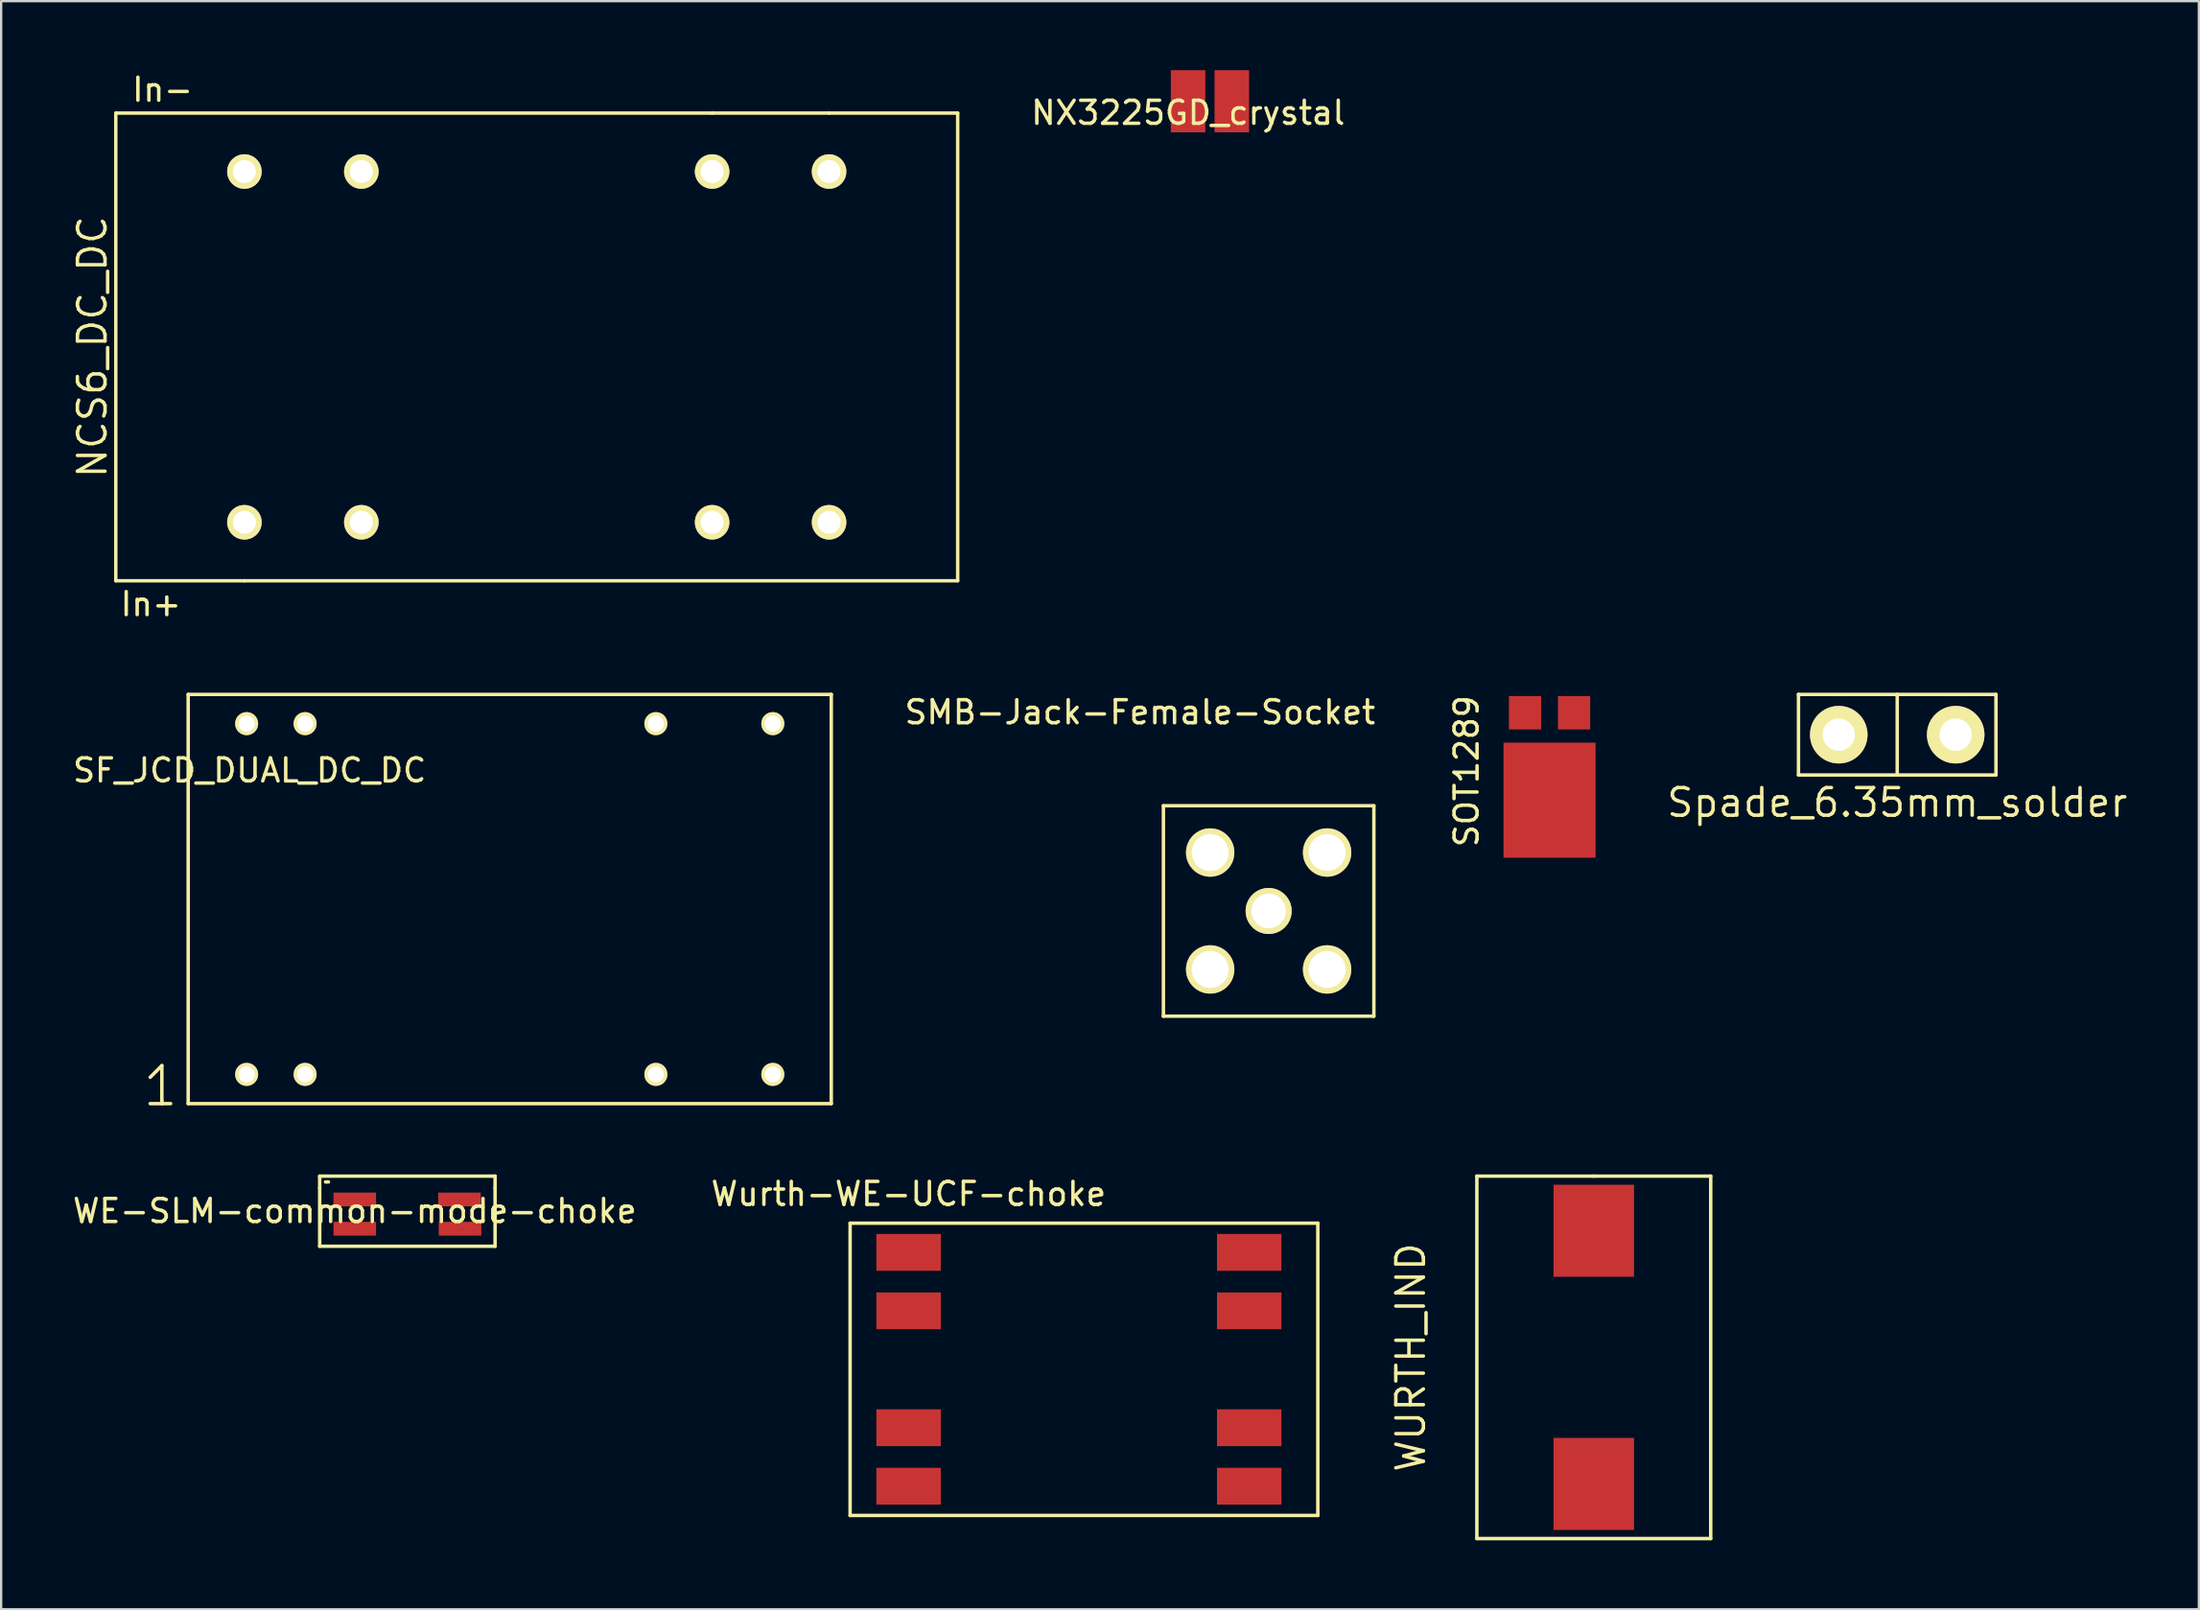
<source format=kicad_pcb>
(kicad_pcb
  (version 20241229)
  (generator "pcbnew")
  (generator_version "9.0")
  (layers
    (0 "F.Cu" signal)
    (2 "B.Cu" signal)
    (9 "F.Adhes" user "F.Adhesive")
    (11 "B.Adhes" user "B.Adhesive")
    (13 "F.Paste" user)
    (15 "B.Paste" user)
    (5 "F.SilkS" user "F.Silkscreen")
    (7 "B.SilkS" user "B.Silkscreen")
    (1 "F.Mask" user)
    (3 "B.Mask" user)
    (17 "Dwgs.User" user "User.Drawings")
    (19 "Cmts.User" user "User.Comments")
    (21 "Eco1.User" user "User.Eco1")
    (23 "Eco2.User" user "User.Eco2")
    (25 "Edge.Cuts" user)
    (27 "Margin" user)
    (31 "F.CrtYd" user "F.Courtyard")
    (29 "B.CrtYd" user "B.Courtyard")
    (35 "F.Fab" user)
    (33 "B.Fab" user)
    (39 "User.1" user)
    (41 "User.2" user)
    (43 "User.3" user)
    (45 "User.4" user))
  (footprint "NX3225GD_crystal"
    (layer "F.Cu")
    (at 48.567 1.35)
    (property "Reference" "NX3225GD_crystal" (at 0 0.5 0) (layer "F.SilkS") (effects (font (size 1 1) (thickness 0.15))))
    (attr through_hole)
    (pad "1" smd rect (at 0 0) (size 1.5 2.7) (layers "F.Cu" "F.Mask" "F.Paste"))
    (pad "2" smd rect (at 1.9 0) (size 1.5 2.7) (layers "F.Cu" "F.Mask" "F.Paste")))
  (footprint "Wurth-WE-UCF-choke"
    (layer "F.Cu")
    (at 36.423 51.367)
    (property "Reference" "Wurth-WE-UCF-choke" (at 0 -2.54 0) (layer "F.SilkS") (effects (font (size 1 1) (thickness 0.15))))
    (attr through_hole)
    (fp_line (start -2.54 -1.27) (end 17.78 -1.27) (stroke (width 0.15) (type solid)) (layer "F.SilkS"))
    (fp_line (start -2.54 11.43) (end -2.54 -1.27) (stroke (width 0.15) (type solid)) (layer "F.SilkS"))
    (fp_line (start 17.78 -1.27) (end 17.78 11.43) (stroke (width 0.15) (type solid)) (layer "F.SilkS"))
    (fp_line (start 17.78 11.43) (end -2.54 11.43) (stroke (width 0.15) (type solid)) (layer "F.SilkS"))
    (pad "1" smd rect (at 0 0) (size 2.8 1.6) (layers "F.Cu" "F.Mask" "F.Paste"))
    (pad "1" smd rect (at 0 2.54) (size 2.8 1.6) (layers "F.Cu" "F.Mask" "F.Paste"))
    (pad "2" smd rect (at 0 7.62) (size 2.8 1.6) (layers "F.Cu" "F.Mask" "F.Paste"))
    (pad "2" smd rect (at 0 10.16) (size 2.8 1.6) (layers "F.Cu" "F.Mask" "F.Paste"))
    (pad "3" smd rect (at 14.8 0) (size 2.8 1.6) (layers "F.Cu" "F.Mask" "F.Paste"))
    (pad "3" smd rect (at 14.8 2.54) (size 2.8 1.6) (layers "F.Cu" "F.Mask" "F.Paste"))
    (pad "4" smd rect (at 14.8 7.62) (size 2.8 1.6) (layers "F.Cu" "F.Mask" "F.Paste"))
    (pad "4" smd rect (at 14.8 10.16) (size 2.8 1.6) (layers "F.Cu" "F.Mask" "F.Paste")))
  (footprint "Spade_6.35mm_solder"
    (layer "F.Cu")
    (at 79.376 28.873)
    (property "Reference" "Spade_6.35mm_solder" (at 0 2.95 0) (layer "F.SilkS") (effects (font (size 1.2 1.2) (thickness 0.15))))
    (attr through_hole)
    (fp_line (start -4.29 -1.75) (end 4.29 -1.75) (stroke (width 0.15) (type solid)) (layer "F.SilkS"))
    (fp_line (start -4.29 1.75) (end -4.29 -1.75) (stroke (width 0.15) (type solid)) (layer "F.SilkS"))
    (fp_line (start 0 -1.75) (end 0 1.75) (stroke (width 0.15) (type solid)) (layer "F.SilkS"))
    (fp_line (start 4.29 -1.75) (end 4.29 1.75) (stroke (width 0.15) (type solid)) (layer "F.SilkS"))
    (fp_line (start 4.29 1.75) (end -4.29 1.75) (stroke (width 0.15) (type solid)) (layer "F.SilkS"))
    (pad "1" thru_hole circle (at -2.54 0) (size 2.5 2.5) (drill 1.4) (layers "*.Cu" "*.Mask" "F.SilkS"))
    (pad "1" thru_hole circle (at 2.54 0) (size 2.5 2.5) (drill 1.4) (layers "*.Cu" "*.Mask" "F.SilkS")))
  (footprint "SMB-Jack-Female-Socket"
    (layer "F.Cu")
    (at 52.067 36.533)
    (property "Reference" "SMB-Jack-Female-Socket" (at -5.588 -8.636 0) (layer "F.SilkS") (effects (font (size 1 1) (thickness 0.15))))
    (attr through_hole)
    (fp_line (start -4.572 -4.572) (end -4.572 4.572) (stroke (width 0.15) (type solid)) (layer "F.SilkS"))
    (fp_line (start -4.572 4.572) (end 4.572 4.572) (stroke (width 0.15) (type solid)) (layer "F.SilkS"))
    (fp_line (start 4.572 -4.572) (end -4.572 -4.572) (stroke (width 0.15) (type solid)) (layer "F.SilkS"))
    (fp_line (start 4.572 4.572) (end 4.572 -4.572) (stroke (width 0.15) (type solid)) (layer "F.SilkS"))
    (pad "1" thru_hole circle (at 0 0) (size 2 2) (drill 1.5) (layers "*.Cu" "*.Mask" "F.SilkS"))
    (pad "2" thru_hole circle (at -2.54 -2.54) (size 2.1 2.1) (drill 1.6) (layers "*.Cu" "*.Mask" "F.SilkS"))
    (pad "2" thru_hole circle (at -2.54 2.54) (size 2.1 2.1) (drill 1.6) (layers "*.Cu" "*.Mask" "F.SilkS"))
    (pad "2" thru_hole circle (at 2.54 -2.54) (size 2.1 2.1) (drill 1.6) (layers "*.Cu" "*.Mask" "F.SilkS"))
    (pad "2" thru_hole circle (at 2.54 2.54) (size 2.1 2.1) (drill 1.6) (layers "*.Cu" "*.Mask" "F.SilkS")))
  (footprint "SOT1289"
    (layer "F.Cu")
    (at 63.206 27.919)
    (property "Reference" "SOT1289" (at -2.54 2.54 90) (layer "F.SilkS") (effects (font (size 1 1) (thickness 0.15))))
    (attr through_hole)
    (pad "1" smd rect (at 1.065 3.8) (size 4 5) (layers "F.Cu" "F.Mask" "F.Paste"))
    (pad "2" smd rect (at 0 0) (size 1.4 1.45) (layers "F.Cu" "F.Mask" "F.Paste"))
    (pad "2" smd rect (at 2.13 0) (size 1.4 1.45) (layers "F.Cu" "F.Mask" "F.Paste")))
  (footprint "WURTH_IND"
    (layer "F.Cu")
    (at 66.193 55.928)
    (property "Reference" "WURTH_IND" (at -7.95 0 90) (layer "F.SilkS") (effects (font (size 1.2 1.2) (thickness 0.15))))
    (attr through_hole)
    (fp_line (start -5.08 -7.874) (end 0 -7.874) (stroke (width 0.15) (type solid)) (layer "F.SilkS"))
    (fp_line (start -5.08 7.874) (end -5.08 -7.874) (stroke (width 0.15) (type solid)) (layer "F.SilkS"))
    (fp_line (start 0 -7.874) (end 5.08 -7.874) (stroke (width 0.15) (type solid)) (layer "F.SilkS"))
    (fp_line (start 5.08 -7.874) (end 5.08 7.874) (stroke (width 0.15) (type solid)) (layer "F.SilkS"))
    (fp_line (start 5.08 7.874) (end -5.08 7.874) (stroke (width 0.15) (type solid)) (layer "F.SilkS"))
    (pad "1" smd rect (at 0 5.5) (size 3.5 4) (layers "F.Cu" "F.Mask" "F.Paste"))
    (pad "2" smd rect (at 0 -5.5) (size 3.5 4) (layers "F.Cu" "F.Mask" "F.Paste")))
  (footprint "NCS6_DC_DC"
    (layer "F.Cu")
    (at 20.269 12.024)
    (property "Reference" "NCS6_DC_DC" (at -19.304 0 90) (layer "F.SilkS") (effects (font (size 1.2 1.2) (thickness 0.15))))
    (attr through_hole)
    (fp_line (start -18.288 -10.16) (end 7.62 -10.16) (stroke (width 0.15) (type solid)) (layer "F.SilkS"))
    (fp_line (start -18.288 10.16) (end -18.288 -10.16) (stroke (width 0.15) (type solid)) (layer "F.SilkS"))
    (fp_line (start -12.7 10.16) (end -18.288 10.16) (stroke (width 0.15) (type solid)) (layer "F.SilkS"))
    (fp_line (start 7.62 -10.16) (end 12.7 -10.16) (stroke (width 0.15) (type solid)) (layer "F.SilkS"))
    (fp_line (start 12.7 -10.16) (end 18.288 -10.16) (stroke (width 0.15) (type solid)) (layer "F.SilkS"))
    (fp_line (start 18.288 10.16) (end -12.7 10.16) (stroke (width 0.15) (type solid)) (layer "F.SilkS"))
    (fp_line (start 18.288 10.16) (end 18.288 -10.16) (stroke (width 0.15) (type solid)) (layer "F.SilkS"))
    (fp_text user "In+" (at -16.764 11.176 0) (layer "F.SilkS") (effects (font (size 1 1) (thickness 0.15))))
    (fp_text user "In-" (at -16.256 -11.176 0) (layer "F.SilkS") (effects (font (size 1 1) (thickness 0.15))))
    (pad "2" thru_hole circle (at -12.7 -7.62) (size 1.5 1.5) (drill 1) (layers "*.Cu" "*.Mask" "F.SilkS"))
    (pad "3" thru_hole circle (at -7.62 -7.62) (size 1.5 1.5) (drill 1) (layers "*.Cu" "*.Mask" "F.SilkS"))
    (pad "9" thru_hole circle (at 7.62 -7.62) (size 1.5 1.5) (drill 1) (layers "*.Cu" "*.Mask" "F.SilkS"))
    (pad "11" thru_hole circle (at 12.7 -7.62) (size 1.5 1.5) (drill 1) (layers "*.Cu" "*.Mask" "F.SilkS"))
    (pad "14" thru_hole circle (at 12.7 7.62) (size 1.5 1.5) (drill 1) (layers "*.Cu" "*.Mask" "F.SilkS"))
    (pad "16" thru_hole circle (at 7.62 7.62) (size 1.5 1.5) (drill 1) (layers "*.Cu" "*.Mask" "F.SilkS"))
    (pad "22" thru_hole circle (at -7.62 7.62) (size 1.5 1.5) (drill 1) (layers "*.Cu" "*.Mask" "F.SilkS"))
    (pad "23" thru_hole circle (at -12.7 7.62) (size 1.5 1.5) (drill 1) (layers "*.Cu" "*.Mask" "F.SilkS")))
  (footprint "WE-SLM-common-mode-choke"
    (layer "F.Cu")
    (at 12.363 49.069)
    (property "Reference" "WE-SLM-common-mode-choke" (at 0 0.5 0) (layer "F.SilkS") (effects (font (size 1 1) (thickness 0.15))))
    (attr through_hole)
    (fp_line (start -1.524 -1.016) (end -1.524 -0.508) (stroke (width 0.15) (type solid)) (layer "F.SilkS"))
    (fp_line (start -1.524 -0.508) (end -1.524 2.032) (stroke (width 0.15) (type solid)) (layer "F.SilkS"))
    (fp_line (start -1.524 2.032) (end 6.096 2.032) (stroke (width 0.15) (type solid)) (layer "F.SilkS"))
    (fp_line (start -1.27 -0.762) (end -1.143 -0.762) (stroke (width 0.15) (type solid)) (layer "F.SilkS"))
    (fp_line (start 6.096 -1.016) (end -1.524 -1.016) (stroke (width 0.15) (type solid)) (layer "F.SilkS"))
    (fp_line (start 6.096 -0.508) (end 6.096 -1.016) (stroke (width 0.15) (type solid)) (layer "F.SilkS"))
    (fp_line (start 6.096 2.032) (end 6.096 -0.508) (stroke (width 0.15) (type solid)) (layer "F.SilkS"))
    (pad "1" smd rect (at 0 0) (size 1.85 0.6) (layers "F.Cu" "F.Mask" "F.Paste"))
    (pad "2" smd rect (at 0 1.27) (size 1.85 0.6) (layers "F.Cu" "F.Mask" "F.Paste"))
    (pad "3" smd rect (at 4.55 0) (size 1.85 0.6) (layers "F.Cu" "F.Mask" "F.Paste"))
    (pad "4" smd rect (at 4.572 1.27) (size 1.85 0.6) (layers "F.Cu" "F.Mask" "F.Paste")))
  (footprint "SF_JCD_DUAL_DC_DC"
    (layer "F.Cu")
    (at 7.665 28.393)
    (property "Reference" "SF_JCD_DUAL_DC_DC" (at 0.127 2.032 0) (layer "F.SilkS") (effects (font (size 1 1) (thickness 0.15))))
    (attr through_hole)
    (fp_line (start -4.191 16.51) (end -3.302 16.51) (stroke (width 0.15) (type solid)) (layer "F.SilkS"))
    (fp_line (start -3.683 14.859) (end -4.191 15.367) (stroke (width 0.15) (type solid)) (layer "F.SilkS"))
    (fp_line (start -3.683 14.859) (end -3.683 16.383) (stroke (width 0.15) (type solid)) (layer "F.SilkS"))
    (fp_line (start -3.683 16.383) (end -3.683 16.51) (stroke (width 0.15) (type solid)) (layer "F.SilkS"))
    (fp_line (start -2.54 -1.27) (end -2.54 16.51) (stroke (width 0.15) (type solid)) (layer "F.SilkS"))
    (fp_line (start -2.54 16.51) (end 25.4 16.51) (stroke (width 0.15) (type solid)) (layer "F.SilkS"))
    (fp_line (start 25.4 -1.27) (end -2.54 -1.27) (stroke (width 0.15) (type solid)) (layer "F.SilkS"))
    (fp_line (start 25.4 16.51) (end 25.4 -1.27) (stroke (width 0.15) (type solid)) (layer "F.SilkS"))
    (pad "1" thru_hole circle (at 0 15.24) (size 1 1) (drill 0.7) (layers "*.Cu" "*.Mask" "F.SilkS"))
    (pad "1" thru_hole circle (at 2.54 15.24) (size 1 1) (drill 0.7) (layers "*.Cu" "*.Mask" "F.SilkS"))
    (pad "2" thru_hole circle (at 0 0) (size 1 1) (drill 0.7) (layers "*.Cu" "*.Mask" "F.SilkS"))
    (pad "2" thru_hole circle (at 2.54 0) (size 1 1) (drill 0.7) (layers "*.Cu" "*.Mask" "F.SilkS"))
    (pad "3" thru_hole circle (at 22.86 15.24) (size 1 1) (drill 0.7) (layers "*.Cu" "*.Mask" "F.SilkS"))
    (pad "4" thru_hole circle (at 17.78 15.24) (size 1 1) (drill 0.7) (layers "*.Cu" "*.Mask" "F.SilkS"))
    (pad "5" thru_hole circle (at 17.78 0) (size 1 1) (drill 0.7) (layers "*.Cu" "*.Mask" "F.SilkS"))
    (pad "6" thru_hole circle (at 22.86 0) (size 1 1) (drill 0.7) (layers "*.Cu" "*.Mask" "F.SilkS")))
  (gr_rect
    (start -3 -3)
    (end 92.481 66.876)
    (stroke (width 0.1) (type default))
    (fill no)
    (layer "Edge.Cuts")))
</source>
